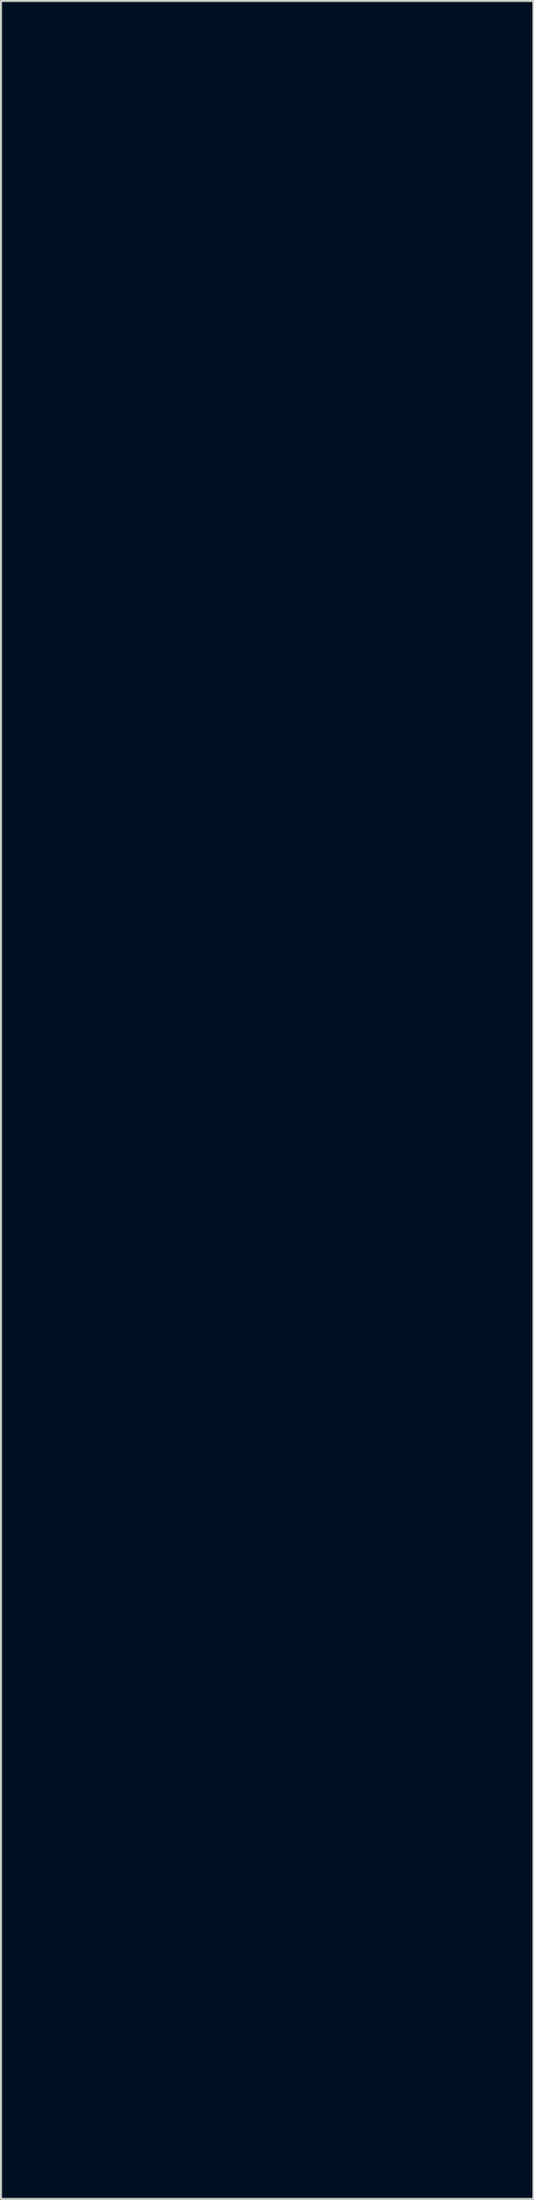
<source format=kicad_pcb>
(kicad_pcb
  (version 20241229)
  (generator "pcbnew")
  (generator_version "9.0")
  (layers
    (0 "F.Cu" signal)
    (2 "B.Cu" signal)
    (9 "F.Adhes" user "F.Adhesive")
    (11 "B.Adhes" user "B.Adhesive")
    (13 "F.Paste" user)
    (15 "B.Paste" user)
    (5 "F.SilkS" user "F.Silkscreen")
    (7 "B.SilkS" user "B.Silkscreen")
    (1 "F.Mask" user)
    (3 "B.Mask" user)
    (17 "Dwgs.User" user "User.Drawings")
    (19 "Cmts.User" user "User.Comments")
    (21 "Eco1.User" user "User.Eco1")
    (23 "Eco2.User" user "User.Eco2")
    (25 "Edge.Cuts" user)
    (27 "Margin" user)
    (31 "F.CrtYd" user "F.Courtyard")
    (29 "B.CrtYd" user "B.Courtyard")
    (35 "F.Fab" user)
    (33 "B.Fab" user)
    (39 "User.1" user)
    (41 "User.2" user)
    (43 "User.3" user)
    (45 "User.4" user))
  (footprint "keycopper3FMask"
    (layer "F.Cu")
    (at 10.419 52.445)
    (property "Reference" "keycopper3FMask" (at 0 0 0) (layer "F.Mask") (effects (font (size 1.524 1.524) (thickness 0.3))))
    (attr through_hole)
    (fp_poly (pts (xy 10.414 42.545) (xy 8.763 42.545) (xy 8.763 35.814) (xy 7.112 35.814) (xy 7.112 50.864) (xy 8.763 50.864) (xy 8.763 44.133) (xy 10.414 44.133) (xy 10.414 52.514) (xy 5.461 52.514) (xy 5.461 47.688) (xy 1.968 47.688) (xy 1.968 38.989) (xy 5.461 38.989) (xy 5.461 34.163) (xy 10.414 34.163) (xy 10.414 42.545)) (stroke (width 0.01) (type solid)) (fill yes) (layer "F.Mask"))
    (fp_poly (pts (xy 3.178 -20.394) (xy 3.322 -20.247) (xy 3.413 -19.993) (xy 3.454 -19.627) (xy 3.458 -19.47) (xy 3.454 -19.181) (xy 3.44 -18.913) (xy 3.421 -18.711) (xy 3.412 -18.664) (xy 3.315 -18.404) (xy 3.163 -18.237) (xy 2.972 -18.173) (xy 2.809 -18.204) (xy 2.697 -18.31) (xy 2.59 -18.53) (xy 2.493 -18.85) (xy 2.441 -19.092) (xy 2.373 -19.523) (xy 2.357 -19.852) (xy 2.396 -20.092) (xy 2.493 -20.258) (xy 2.652 -20.365) (xy 2.711 -20.388) (xy 2.976 -20.439) (xy 3.178 -20.394)) (stroke (width 0.01) (type solid)) (fill yes) (layer "F.Mask"))
    (fp_poly (pts (xy -3.026 -20.405) (xy -2.845 -20.33) (xy -2.814 -20.304) (xy -2.729 -20.143) (xy -2.684 -19.895) (xy -2.676 -19.589) (xy -2.702 -19.258) (xy -2.759 -18.933) (xy -2.843 -18.645) (xy -2.953 -18.425) (xy -2.998 -18.369) (xy -3.159 -18.264) (xy -3.354 -18.225) (xy -3.532 -18.255) (xy -3.616 -18.315) (xy -3.692 -18.479) (xy -3.745 -18.733) (xy -3.774 -19.046) (xy -3.78 -19.383) (xy -3.762 -19.712) (xy -3.721 -20) (xy -3.655 -20.212) (xy -3.617 -20.276) (xy -3.465 -20.376) (xy -3.251 -20.419) (xy -3.026 -20.405)) (stroke (width 0.01) (type solid)) (fill yes) (layer "F.Mask"))
    (fp_poly (pts (xy -1.08 -20.173) (xy -0.908 -20.098) (xy -0.791 -19.961) (xy -0.685 -19.719) (xy -0.589 -19.367) (xy -0.5 -18.896) (xy -0.478 -18.749) (xy -0.422 -18.392) (xy -0.39 -18.143) (xy -0.397 -17.982) (xy -0.459 -17.891) (xy -0.593 -17.85) (xy -0.815 -17.841) (xy -1.14 -17.843) (xy -1.238 -17.843) (xy -2.095 -17.843) (xy -2.095 -18.736) (xy -2.092 -19.129) (xy -2.079 -19.418) (xy -2.056 -19.622) (xy -2.021 -19.763) (xy -1.996 -19.82) (xy -1.838 -20.002) (xy -1.605 -20.128) (xy -1.338 -20.189) (xy -1.08 -20.173)) (stroke (width 0.01) (type solid)) (fill yes) (layer "F.Mask"))
    (fp_poly (pts (xy 1.335 -20.154) (xy 1.401 -20.127) (xy 1.536 -19.997) (xy 1.667 -19.768) (xy 1.785 -19.469) (xy 1.88 -19.126) (xy 1.945 -18.769) (xy 1.968 -18.435) (xy 1.958 -18.226) (xy 1.916 -18.095) (xy 1.824 -17.993) (xy 1.801 -17.975) (xy 1.711 -17.916) (xy 1.601 -17.877) (xy 1.445 -17.855) (xy 1.213 -17.845) (xy 0.942 -17.843) (xy 0.25 -17.843) (xy 0.281 -18.145) (xy 0.3 -18.348) (xy 0.322 -18.629) (xy 0.343 -18.936) (xy 0.35 -19.043) (xy 0.393 -19.474) (xy 0.461 -19.791) (xy 0.56 -20.005) (xy 0.689 -20.124) (xy 0.879 -20.179) (xy 1.118 -20.189) (xy 1.335 -20.154)) (stroke (width 0.01) (type solid)) (fill yes) (layer "F.Mask"))
    (fp_poly (pts (xy -4.165 -31.077) (xy -3.899 -30.897) (xy -3.676 -30.74) (xy -3.514 -30.619) (xy -3.434 -30.549) (xy -3.429 -30.54) (xy -3.482 -30.496) (xy -3.63 -30.399) (xy -3.858 -30.258) (xy -4.15 -30.083) (xy -4.49 -29.882) (xy -4.864 -29.665) (xy -5.256 -29.44) (xy -5.65 -29.217) (xy -6.03 -29.005) (xy -6.048 -28.995) (xy -6.477 -28.759) (xy -6.474 -29.159) (xy -6.465 -29.431) (xy -6.444 -29.758) (xy -6.417 -30.067) (xy -6.387 -30.324) (xy -6.351 -30.493) (xy -6.293 -30.611) (xy -6.198 -30.718) (xy -6.112 -30.797) (xy -5.934 -30.936) (xy -5.69 -31.103) (xy -5.429 -31.266) (xy -5.38 -31.294) (xy -4.901 -31.567) (xy -4.165 -31.077)) (stroke (width 0.01) (type solid)) (fill yes) (layer "F.Mask"))
    (fp_poly (pts (xy -8.313 -31.327) (xy -8.059 -31.231) (xy -7.759 -31.07) (xy -7.471 -30.89) (xy -7.278 -30.724) (xy -7.159 -30.539) (xy -7.095 -30.301) (xy -7.064 -29.976) (xy -7.06 -29.912) (xy -7.053 -29.563) (xy -7.063 -29.268) (xy -7.089 -29.046) (xy -7.13 -28.918) (xy -7.163 -28.894) (xy -7.233 -28.922) (xy -7.392 -28.999) (xy -7.614 -29.111) (xy -7.846 -29.232) (xy -8.189 -29.421) (xy -8.551 -29.637) (xy -8.909 -29.864) (xy -9.239 -30.086) (xy -9.516 -30.286) (xy -9.716 -30.449) (xy -9.771 -30.503) (xy -9.915 -30.657) (xy -9.703 -30.819) (xy -9.535 -30.929) (xy -9.302 -31.061) (xy -9.059 -31.183) (xy -8.777 -31.299) (xy -8.54 -31.348) (xy -8.313 -31.327)) (stroke (width 0.01) (type solid)) (fill yes) (layer "F.Mask"))
    (fp_poly (pts (xy 3.308 -34.358) (xy 3.528 -34.264) (xy 3.776 -34.121) (xy 3.969 -33.986) (xy 4.143 -33.84) (xy 4.264 -33.691) (xy 4.338 -33.516) (xy 4.371 -33.29) (xy 4.37 -32.99) (xy 4.341 -32.589) (xy 4.339 -32.563) (xy 4.275 -31.85) (xy 3.905 -31.514) (xy 3.696 -31.336) (xy 3.469 -31.163) (xy 3.253 -31.013) (xy 3.075 -30.906) (xy 2.963 -30.861) (xy 2.957 -30.861) (xy 2.944 -30.921) (xy 2.933 -31.084) (xy 2.925 -31.328) (xy 2.921 -31.629) (xy 2.921 -31.708) (xy 2.924 -32.144) (xy 2.933 -32.59) (xy 2.947 -33.025) (xy 2.965 -33.431) (xy 2.985 -33.787) (xy 3.007 -34.074) (xy 3.03 -34.273) (xy 3.052 -34.36) (xy 3.142 -34.393) (xy 3.308 -34.358)) (stroke (width 0.01) (type solid)) (fill yes) (layer "F.Mask"))
    (fp_poly (pts (xy 8.664 -31.279) (xy 8.889 -31.148) (xy 9.139 -30.988) (xy 9.391 -30.815) (xy 9.622 -30.647) (xy 9.809 -30.5) (xy 9.927 -30.391) (xy 9.956 -30.348) (xy 9.923 -30.291) (xy 9.806 -30.194) (xy 9.597 -30.054) (xy 9.292 -29.867) (xy 8.883 -29.627) (xy 8.623 -29.478) (xy 8.242 -29.262) (xy 7.894 -29.067) (xy 7.594 -28.9) (xy 7.36 -28.771) (xy 7.208 -28.69) (xy 7.16 -28.667) (xy 7.114 -28.659) (xy 7.083 -28.689) (xy 7.063 -28.776) (xy 7.053 -28.938) (xy 7.049 -29.196) (xy 7.048 -29.432) (xy 7.052 -29.834) (xy 7.072 -30.135) (xy 7.121 -30.361) (xy 7.213 -30.537) (xy 7.36 -30.69) (xy 7.576 -30.844) (xy 7.857 -31.017) (xy 8.47 -31.384) (xy 8.664 -31.279)) (stroke (width 0.01) (type solid)) (fill yes) (layer "F.Mask"))
    (fp_poly (pts (xy 10.415 -34.365) (xy 10.439 -34.295) (xy 10.455 -34.169) (xy 10.466 -33.972) (xy 10.471 -33.688) (xy 10.472 -33.302) (xy 10.471 -33.006) (xy 10.465 -32.388) (xy 10.453 -31.89) (xy 10.435 -31.505) (xy 10.409 -31.226) (xy 10.377 -31.046) (xy 10.336 -30.958) (xy 10.319 -30.948) (xy 10.237 -30.97) (xy 10.081 -31.045) (xy 9.884 -31.157) (xy 9.871 -31.165) (xy 9.51 -31.397) (xy 9.249 -31.599) (xy 9.072 -31.793) (xy 8.964 -32.004) (xy 8.909 -32.255) (xy 8.892 -32.568) (xy 8.892 -32.639) (xy 8.908 -33.019) (xy 8.966 -33.321) (xy 9.082 -33.568) (xy 9.27 -33.786) (xy 9.547 -33.997) (xy 9.923 -34.224) (xy 10.124 -34.324) (xy 10.291 -34.385) (xy 10.383 -34.394) (xy 10.415 -34.365)) (stroke (width 0.01) (type solid)) (fill yes) (layer "F.Mask"))
    (fp_poly (pts (xy -7.073 -36.902) (xy -7.059 -36.727) (xy -7.059 -36.489) (xy -7.07 -36.219) (xy -7.092 -35.95) (xy -7.123 -35.713) (xy -7.16 -35.539) (xy -7.181 -35.486) (xy -7.269 -35.355) (xy -7.398 -35.232) (xy -7.59 -35.099) (xy -7.868 -34.939) (xy -8.011 -34.863) (xy -8.323 -34.712) (xy -8.571 -34.632) (xy -8.795 -34.625) (xy -9.031 -34.693) (xy -9.318 -34.836) (xy -9.431 -34.901) (xy -9.664 -35.038) (xy -9.858 -35.159) (xy -9.985 -35.244) (xy -10.012 -35.266) (xy -10.008 -35.305) (xy -9.937 -35.375) (xy -9.791 -35.481) (xy -9.562 -35.629) (xy -9.24 -35.825) (xy -8.819 -36.073) (xy -8.631 -36.183) (xy -8.238 -36.408) (xy -7.88 -36.607) (xy -7.572 -36.771) (xy -7.33 -36.894) (xy -7.169 -36.967) (xy -7.103 -36.983) (xy -7.073 -36.902)) (stroke (width 0.01) (type solid)) (fill yes) (layer "F.Mask"))
    (fp_poly (pts (xy 7.169 -36.799) (xy 7.337 -36.714) (xy 7.582 -36.581) (xy 7.889 -36.412) (xy 8.242 -36.214) (xy 8.625 -35.996) (xy 9.021 -35.767) (xy 9.291 -35.61) (xy 9.631 -35.406) (xy 9.863 -35.249) (xy 9.986 -35.123) (xy 10.003 -35.011) (xy 9.913 -34.897) (xy 9.719 -34.765) (xy 9.422 -34.599) (xy 9.366 -34.569) (xy 9.104 -34.433) (xy 8.876 -34.322) (xy 8.709 -34.249) (xy 8.635 -34.227) (xy 8.537 -34.258) (xy 8.365 -34.338) (xy 8.15 -34.454) (xy 8.095 -34.485) (xy 7.728 -34.706) (xy 7.458 -34.89) (xy 7.271 -35.063) (xy 7.152 -35.247) (xy 7.085 -35.467) (xy 7.055 -35.745) (xy 7.049 -36.104) (xy 7.048 -36.128) (xy 7.052 -36.41) (xy 7.063 -36.637) (xy 7.078 -36.786) (xy 7.094 -36.83) (xy 7.169 -36.799)) (stroke (width 0.01) (type solid)) (fill yes) (layer "F.Mask"))
    (fp_poly (pts (xy -6.174 -36.862) (xy -5.96 -36.773) (xy -5.678 -36.64) (xy -5.351 -36.473) (xy -4.997 -36.284) (xy -4.638 -36.083) (xy -4.294 -35.883) (xy -3.985 -35.694) (xy -3.732 -35.529) (xy -3.555 -35.397) (xy -3.491 -35.335) (xy -3.447 -35.236) (xy -3.501 -35.137) (xy -3.59 -35.07) (xy -3.761 -34.967) (xy -3.985 -34.845) (xy -4.229 -34.72) (xy -4.463 -34.607) (xy -4.656 -34.523) (xy -4.776 -34.482) (xy -4.79 -34.481) (xy -4.877 -34.508) (xy -5.04 -34.581) (xy -5.239 -34.68) (xy -5.627 -34.893) (xy -5.914 -35.081) (xy -6.116 -35.268) (xy -6.25 -35.476) (xy -6.332 -35.729) (xy -6.378 -36.049) (xy -6.397 -36.302) (xy -6.412 -36.578) (xy -6.414 -36.752) (xy -6.4 -36.846) (xy -6.365 -36.885) (xy -6.306 -36.893) (xy -6.302 -36.894) (xy -6.174 -36.862)) (stroke (width 0.01) (type solid)) (fill yes) (layer "F.Mask"))
    (fp_poly (pts (xy -2.986 -34.567) (xy -2.963 -34.548) (xy -2.937 -34.472) (xy -2.916 -34.298) (xy -2.902 -34.019) (xy -2.893 -33.629) (xy -2.889 -33.12) (xy -2.889 -32.963) (xy -2.891 -32.423) (xy -2.898 -31.999) (xy -2.917 -31.68) (xy -2.95 -31.455) (xy -3.004 -31.314) (xy -3.082 -31.245) (xy -3.189 -31.236) (xy -3.33 -31.279) (xy -3.509 -31.36) (xy -3.555 -31.383) (xy -3.76 -31.508) (xy -3.99 -31.682) (xy -4.136 -31.811) (xy -4.304 -31.986) (xy -4.401 -32.13) (xy -4.453 -32.297) (xy -4.479 -32.471) (xy -4.503 -32.815) (xy -4.496 -33.161) (xy -4.46 -33.474) (xy -4.4 -33.718) (xy -4.353 -33.818) (xy -4.229 -33.951) (xy -4.026 -34.113) (xy -3.779 -34.28) (xy -3.526 -34.428) (xy -3.301 -34.533) (xy -3.26 -34.547) (xy -3.088 -34.589) (xy -2.986 -34.567)) (stroke (width 0.01) (type solid)) (fill yes) (layer "F.Mask"))
    (fp_poly (pts (xy 6.393 -36.791) (xy 6.413 -36.656) (xy 6.414 -36.433) (xy 6.398 -36.161) (xy 6.371 -35.876) (xy 6.333 -35.616) (xy 6.29 -35.419) (xy 6.272 -35.367) (xy 6.145 -35.186) (xy 5.928 -34.99) (xy 5.65 -34.798) (xy 5.343 -34.627) (xy 5.038 -34.497) (xy 4.767 -34.425) (xy 4.665 -34.417) (xy 4.537 -34.446) (xy 4.342 -34.523) (xy 4.12 -34.63) (xy 4.117 -34.632) (xy 3.77 -34.819) (xy 3.526 -34.956) (xy 3.376 -35.049) (xy 3.309 -35.103) (xy 3.303 -35.115) (xy 3.356 -35.154) (xy 3.506 -35.247) (xy 3.737 -35.385) (xy 4.038 -35.561) (xy 4.392 -35.767) (xy 4.786 -35.993) (xy 4.83 -36.018) (xy 5.298 -36.283) (xy 5.668 -36.489) (xy 5.949 -36.639) (xy 6.153 -36.738) (xy 6.288 -36.793) (xy 6.365 -36.808) (xy 6.393 -36.791)) (stroke (width 0.01) (type solid)) (fill yes) (layer "F.Mask"))
    (fp_poly (pts (xy 5.004 -31.27) (xy 5.17 -31.173) (xy 5.386 -31.035) (xy 5.626 -30.871) (xy 5.865 -30.701) (xy 6.078 -30.541) (xy 6.239 -30.409) (xy 6.323 -30.323) (xy 6.371 -30.229) (xy 6.4 -30.109) (xy 6.411 -29.935) (xy 6.407 -29.68) (xy 6.398 -29.456) (xy 6.379 -29.167) (xy 6.354 -28.924) (xy 6.326 -28.756) (xy 6.303 -28.693) (xy 6.212 -28.689) (xy 6.026 -28.756) (xy 5.766 -28.882) (xy 5.387 -29.091) (xy 5.005 -29.317) (xy 4.636 -29.549) (xy 4.297 -29.776) (xy 4.003 -29.988) (xy 3.771 -30.171) (xy 3.617 -30.317) (xy 3.556 -30.413) (xy 3.556 -30.417) (xy 3.607 -30.48) (xy 3.742 -30.59) (xy 3.936 -30.73) (xy 4.164 -30.884) (xy 4.401 -31.035) (xy 4.62 -31.167) (xy 4.796 -31.262) (xy 4.905 -31.305) (xy 4.913 -31.305) (xy 5.004 -31.27)) (stroke (width 0.01) (type solid)) (fill yes) (layer "F.Mask"))
    (fp_poly (pts (xy -10.308 -34.771) (xy -10.164 -34.698) (xy -9.964 -34.573) (xy -9.74 -34.421) (xy -9.525 -34.263) (xy -9.349 -34.123) (xy -9.246 -34.022) (xy -9.24 -34.013) (xy -9.169 -33.843) (xy -9.107 -33.577) (xy -9.057 -33.248) (xy -9.026 -32.886) (xy -9.017 -32.59) (xy -9.021 -32.345) (xy -9.042 -32.184) (xy -9.092 -32.067) (xy -9.185 -31.951) (xy -9.223 -31.909) (xy -9.359 -31.787) (xy -9.55 -31.642) (xy -9.765 -31.494) (xy -9.973 -31.364) (xy -10.142 -31.273) (xy -10.237 -31.242) (xy -10.296 -31.294) (xy -10.352 -31.405) (xy -10.369 -31.512) (xy -10.385 -31.728) (xy -10.397 -32.033) (xy -10.407 -32.409) (xy -10.413 -32.838) (xy -10.414 -33.19) (xy -10.413 -33.686) (xy -10.411 -34.069) (xy -10.406 -34.353) (xy -10.397 -34.552) (xy -10.384 -34.679) (xy -10.366 -34.749) (xy -10.341 -34.775) (xy -10.308 -34.771)) (stroke (width 0.01) (type solid)) (fill yes) (layer "F.Mask"))
    (fp_poly (pts (xy 6.675 -34.342) (xy 6.967 -34.312) (xy 7.165 -34.247) (xy 7.284 -34.126) (xy 7.345 -33.927) (xy 7.365 -33.63) (xy 7.366 -33.53) (xy 7.357 -33.265) (xy 7.335 -33.024) (xy 7.303 -32.857) (xy 7.299 -32.848) (xy 7.175 -32.664) (xy 6.979 -32.541) (xy 6.823 -32.512) (xy 6.78 -32.489) (xy 6.752 -32.406) (xy 6.737 -32.242) (xy 6.731 -31.979) (xy 6.731 -31.877) (xy 6.731 -31.242) (xy 6.519 -31.242) (xy 6.362 -31.254) (xy 6.268 -31.282) (xy 6.265 -31.284) (xy 6.253 -31.357) (xy 6.243 -31.539) (xy 6.234 -31.812) (xy 6.228 -32.157) (xy 6.224 -32.558) (xy 6.223 -32.847) (xy 6.223 -33.433) (xy 6.731 -33.433) (xy 6.74 -33.217) (xy 6.764 -33.069) (xy 6.795 -33.02) (xy 6.828 -33.078) (xy 6.85 -33.233) (xy 6.858 -33.433) (xy 6.849 -33.648) (xy 6.825 -33.796) (xy 6.795 -33.846) (xy 6.761 -33.787) (xy 6.739 -33.633) (xy 6.731 -33.433) (xy 6.223 -33.433) (xy 6.223 -34.368) (xy 6.675 -34.342)) (stroke (width 0.01) (type solid)) (fill yes) (layer "F.Mask"))
    (fp_poly (pts (xy -0.191 -52.434) (xy 0.285 -52.383) (xy 0.844 -52.28) (xy 1.459 -52.134) (xy 2.103 -51.951) (xy 2.747 -51.74) (xy 3.363 -51.509) (xy 3.809 -51.318) (xy 4.095 -51.188) (xy 3.587 -50.955) (xy 3.23 -50.796) (xy 2.929 -50.676) (xy 2.659 -50.597) (xy 2.399 -50.556) (xy 2.125 -50.553) (xy 1.814 -50.587) (xy 1.443 -50.658) (xy 0.99 -50.766) (xy 0.603 -50.863) (xy -0.634 -51.181) (xy -1.222 -50.994) (xy -1.767 -50.824) (xy -2.213 -50.696) (xy -2.583 -50.608) (xy -2.896 -50.561) (xy -3.174 -50.553) (xy -3.439 -50.582) (xy -3.711 -50.648) (xy -4.012 -50.751) (xy -4.27 -50.851) (xy -4.552 -50.967) (xy -4.785 -51.068) (xy -4.947 -51.145) (xy -5.015 -51.187) (xy -5.016 -51.189) (xy -4.965 -51.239) (xy -4.905 -51.263) (xy -4.803 -51.298) (xy -4.612 -51.369) (xy -4.36 -51.463) (xy -4.125 -51.553) (xy -3.16 -51.887) (xy -2.151 -52.172) (xy -1.453 -52.332) (xy -1.041 -52.405) (xy -0.683 -52.439) (xy -0.313 -52.44) (xy -0.191 -52.434)) (stroke (width 0.01) (type solid)) (fill yes) (layer "F.Mask"))
    (fp_poly (pts (xy 0.305 -40.942) (xy 0.376 -40.89) (xy 0.381 -40.857) (xy 0.372 -40.768) (xy 0.345 -40.572) (xy 0.305 -40.289) (xy 0.253 -39.939) (xy 0.192 -39.54) (xy 0.159 -39.325) (xy 0.095 -38.914) (xy 0.039 -38.548) (xy -0.008 -38.243) (xy -0.042 -38.018) (xy -0.061 -37.891) (xy -0.064 -37.869) (xy -0.115 -37.842) (xy -0.237 -37.846) (xy -0.376 -37.873) (xy -0.482 -37.916) (xy -0.5 -37.932) (xy -0.523 -38.008) (xy -0.563 -38.188) (xy -0.614 -38.45) (xy -0.674 -38.772) (xy -0.738 -39.134) (xy -0.804 -39.512) (xy -0.867 -39.887) (xy -0.923 -40.235) (xy -0.969 -40.535) (xy -1.001 -40.766) (xy -1.016 -40.906) (xy -1.016 -40.921) (xy -0.96 -40.945) (xy -0.822 -40.957) (xy -0.792 -40.958) (xy -0.656 -40.943) (xy -0.561 -40.885) (xy -0.496 -40.762) (xy -0.448 -40.552) (xy -0.411 -40.287) (xy -0.377 -40.067) (xy -0.338 -39.894) (xy -0.3 -39.787) (xy -0.271 -39.764) (xy -0.256 -39.845) (xy -0.256 -39.86) (xy -0.246 -39.99) (xy -0.221 -40.202) (xy -0.187 -40.452) (xy -0.183 -40.479) (xy -0.112 -40.958) (xy 0.135 -40.958) (xy 0.305 -40.942)) (stroke (width 0.01) (type solid)) (fill yes) (layer "F.Mask"))
    (fp_poly (pts (xy -6.413 -34.573) (xy -6.254 -34.439) (xy -6.218 -34.371) (xy -6.183 -34.216) (xy -6.162 -34.001) (xy -6.16 -33.904) (xy -6.168 -33.708) (xy -6.208 -33.591) (xy -6.304 -33.504) (xy -6.366 -33.464) (xy -6.511 -33.382) (xy -6.609 -33.339) (xy -6.62 -33.338) (xy -6.644 -33.396) (xy -6.661 -33.547) (xy -6.668 -33.75) (xy -6.676 -33.966) (xy -6.7 -34.114) (xy -6.731 -34.163) (xy -6.756 -34.101) (xy -6.774 -33.921) (xy -6.787 -33.632) (xy -6.794 -33.242) (xy -6.795 -33.052) (xy -6.791 -32.623) (xy -6.781 -32.291) (xy -6.764 -32.064) (xy -6.742 -31.951) (xy -6.731 -31.941) (xy -6.695 -31.998) (xy -6.672 -32.144) (xy -6.668 -32.256) (xy -6.66 -32.451) (xy -6.622 -32.564) (xy -6.535 -32.639) (xy -6.48 -32.669) (xy -6.323 -32.742) (xy -6.227 -32.747) (xy -6.179 -32.67) (xy -6.161 -32.493) (xy -6.16 -32.324) (xy -6.176 -31.984) (xy -6.232 -31.746) (xy -6.335 -31.591) (xy -6.493 -31.5) (xy -6.495 -31.499) (xy -6.64 -31.455) (xy -6.759 -31.445) (xy -6.917 -31.468) (xy -6.969 -31.477) (xy -7.075 -31.507) (xy -7.156 -31.562) (xy -7.215 -31.657) (xy -7.256 -31.808) (xy -7.282 -32.03) (xy -7.296 -32.339) (xy -7.302 -32.749) (xy -7.303 -33.052) (xy -7.301 -33.53) (xy -7.292 -33.897) (xy -7.274 -34.168) (xy -7.24 -34.36) (xy -7.188 -34.488) (xy -7.113 -34.568) (xy -7.011 -34.615) (xy -6.887 -34.644) (xy -6.637 -34.647) (xy -6.413 -34.573)) (stroke (width 0.01) (type solid)) (fill yes) (layer "F.Mask")))
  (gr_rect
    (start -3 -3)
    (end 23.896 107.964)
    (stroke (width 0.1) (type default))
    (fill no)
    (layer "Edge.Cuts")))
</source>
